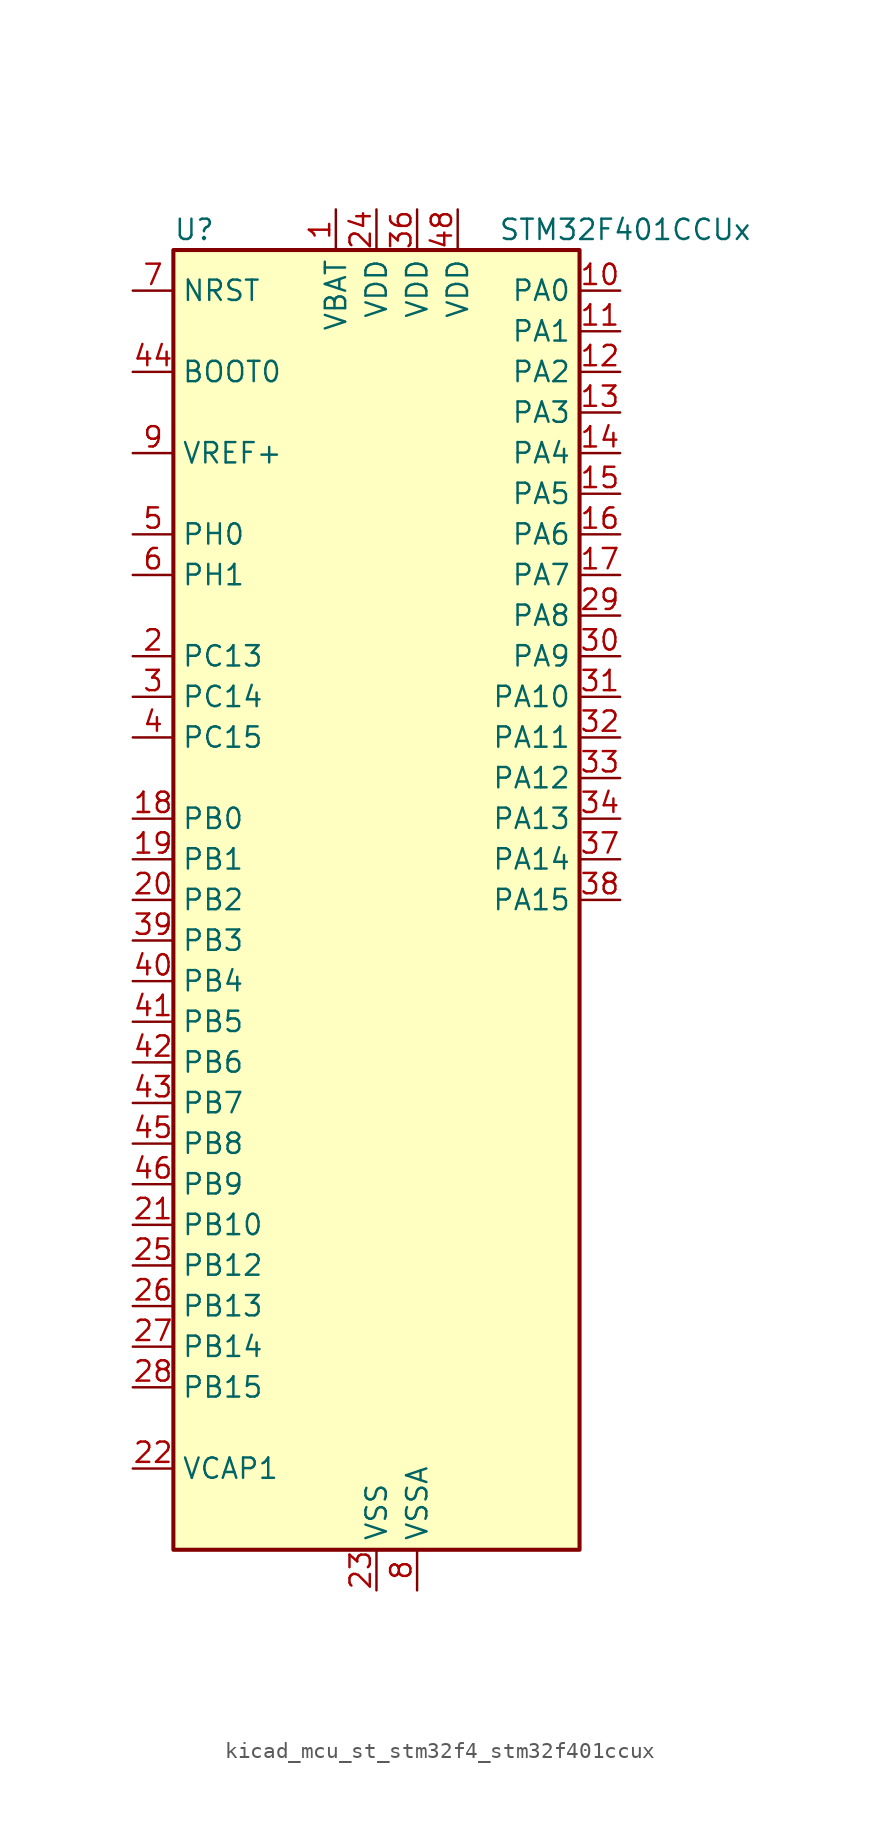
<source format=kicad_sym>
(kicad_symbol_lib
  (version 20220914)
  (generator kicad_symbol_editor)
  (symbol "kicad_mcu_st_stm32f4_stm32f401ccux"
    (property "Reference" "U"
      (at -12.7 41.91 0)
      (effects (font (size 1.27 1.27)) (justify left)))
    (property "Value" "STM32F401CCUx"
      (at 7.62 41.91 0)
      (effects (font (size 1.27 1.27)) (justify left)))
    (property "ki_locked" ""
      (at 0 0 0)
      (effects (font (size 1.27 1.27))))
    (symbol "kicad_mcu_st_stm32f4_stm32f401ccux_0_1"
      (rectangle (start -12.7 -40.64) (end 12.7 40.64) (stroke (width 0.254) (type default)) (fill (type background))))
    (symbol "kicad_mcu_st_stm32f4_stm32f401ccux_1_1"
      (pin power_in line (at -2.54 43.18 270) (length 2.54) (name "VBAT" (effects (font (size 1.27 1.27)))) (number "1" (effects (font (size 1.27 1.27)))))
      (pin bidirectional line (at 15.24 38.1 180) (length 2.54) (name "PA0" (effects (font (size 1.27 1.27)))) (number "10" (effects (font (size 1.27 1.27)))) (alternate "ADC1_IN0" bidirectional line) (alternate "SYS_WKUP" bidirectional line) (alternate "TIM2_CH1" bidirectional line) (alternate "TIM2_ETR" bidirectional line) (alternate "TIM5_CH1" bidirectional line) (alternate "USART2_CTS" bidirectional line))
      (pin bidirectional line (at 15.24 35.56 180) (length 2.54) (name "PA1" (effects (font (size 1.27 1.27)))) (number "11" (effects (font (size 1.27 1.27)))) (alternate "ADC1_IN1" bidirectional line) (alternate "TIM2_CH2" bidirectional line) (alternate "TIM5_CH2" bidirectional line) (alternate "USART2_RTS" bidirectional line))
      (pin bidirectional line (at 15.24 33.02 180) (length 2.54) (name "PA2" (effects (font (size 1.27 1.27)))) (number "12" (effects (font (size 1.27 1.27)))) (alternate "ADC1_IN2" bidirectional line) (alternate "TIM2_CH3" bidirectional line) (alternate "TIM5_CH3" bidirectional line) (alternate "TIM9_CH1" bidirectional line) (alternate "USART2_TX" bidirectional line))
      (pin bidirectional line (at 15.24 30.48 180) (length 2.54) (name "PA3" (effects (font (size 1.27 1.27)))) (number "13" (effects (font (size 1.27 1.27)))) (alternate "ADC1_IN3" bidirectional line) (alternate "TIM2_CH4" bidirectional line) (alternate "TIM5_CH4" bidirectional line) (alternate "TIM9_CH2" bidirectional line) (alternate "USART2_RX" bidirectional line))
      (pin bidirectional line (at 15.24 27.94 180) (length 2.54) (name "PA4" (effects (font (size 1.27 1.27)))) (number "14" (effects (font (size 1.27 1.27)))) (alternate "ADC1_IN4" bidirectional line) (alternate "I2S3_WS" bidirectional line) (alternate "SPI1_NSS" bidirectional line) (alternate "SPI3_NSS" bidirectional line) (alternate "USART2_CK" bidirectional line))
      (pin bidirectional line (at 15.24 25.4 180) (length 2.54) (name "PA5" (effects (font (size 1.27 1.27)))) (number "15" (effects (font (size 1.27 1.27)))) (alternate "ADC1_IN5" bidirectional line) (alternate "SPI1_SCK" bidirectional line) (alternate "TIM2_CH1" bidirectional line) (alternate "TIM2_ETR" bidirectional line))
      (pin bidirectional line (at 15.24 22.86 180) (length 2.54) (name "PA6" (effects (font (size 1.27 1.27)))) (number "16" (effects (font (size 1.27 1.27)))) (alternate "ADC1_IN6" bidirectional line) (alternate "SPI1_MISO" bidirectional line) (alternate "TIM1_BKIN" bidirectional line) (alternate "TIM3_CH1" bidirectional line))
      (pin bidirectional line (at 15.24 20.32 180) (length 2.54) (name "PA7" (effects (font (size 1.27 1.27)))) (number "17" (effects (font (size 1.27 1.27)))) (alternate "ADC1_IN7" bidirectional line) (alternate "SPI1_MOSI" bidirectional line) (alternate "TIM1_CH1N" bidirectional line) (alternate "TIM3_CH2" bidirectional line))
      (pin bidirectional line (at -15.24 5.08 0) (length 2.54) (name "PB0" (effects (font (size 1.27 1.27)))) (number "18" (effects (font (size 1.27 1.27)))) (alternate "ADC1_IN8" bidirectional line) (alternate "TIM1_CH2N" bidirectional line) (alternate "TIM3_CH3" bidirectional line))
      (pin bidirectional line (at -15.24 2.54 0) (length 2.54) (name "PB1" (effects (font (size 1.27 1.27)))) (number "19" (effects (font (size 1.27 1.27)))) (alternate "ADC1_IN9" bidirectional line) (alternate "TIM1_CH3N" bidirectional line) (alternate "TIM3_CH4" bidirectional line))
      (pin bidirectional line (at -15.24 15.24 0) (length 2.54) (name "PC13" (effects (font (size 1.27 1.27)))) (number "2" (effects (font (size 1.27 1.27)))) (alternate "RTC_AF1" bidirectional line))
      (pin bidirectional line (at -15.24 0 0) (length 2.54) (name "PB2" (effects (font (size 1.27 1.27)))) (number "20" (effects (font (size 1.27 1.27)))))
      (pin bidirectional line (at -15.24 -20.32 0) (length 2.54) (name "PB10" (effects (font (size 1.27 1.27)))) (number "21" (effects (font (size 1.27 1.27)))) (alternate "I2C2_SCL" bidirectional line) (alternate "I2S2_CK" bidirectional line) (alternate "SPI2_SCK" bidirectional line) (alternate "TIM2_CH3" bidirectional line))
      (pin power_out line (at -15.24 -35.56 0) (length 2.54) (name "VCAP1" (effects (font (size 1.27 1.27)))) (number "22" (effects (font (size 1.27 1.27)))))
      (pin power_in line (at 0 -43.18 90) (length 2.54) (name "VSS" (effects (font (size 1.27 1.27)))) (number "23" (effects (font (size 1.27 1.27)))))
      (pin power_in line (at 0 43.18 270) (length 2.54) (name "VDD" (effects (font (size 1.27 1.27)))) (number "24" (effects (font (size 1.27 1.27)))))
      (pin bidirectional line (at -15.24 -22.86 0) (length 2.54) (name "PB12" (effects (font (size 1.27 1.27)))) (number "25" (effects (font (size 1.27 1.27)))) (alternate "I2C2_SMBA" bidirectional line) (alternate "I2S2_WS" bidirectional line) (alternate "SPI2_NSS" bidirectional line) (alternate "TIM1_BKIN" bidirectional line))
      (pin bidirectional line (at -15.24 -25.4 0) (length 2.54) (name "PB13" (effects (font (size 1.27 1.27)))) (number "26" (effects (font (size 1.27 1.27)))) (alternate "I2S2_CK" bidirectional line) (alternate "SPI2_SCK" bidirectional line) (alternate "TIM1_CH1N" bidirectional line))
      (pin bidirectional line (at -15.24 -27.94 0) (length 2.54) (name "PB14" (effects (font (size 1.27 1.27)))) (number "27" (effects (font (size 1.27 1.27)))) (alternate "I2S2_ext_SD" bidirectional line) (alternate "SPI2_MISO" bidirectional line) (alternate "TIM1_CH2N" bidirectional line))
      (pin bidirectional line (at -15.24 -30.48 0) (length 2.54) (name "PB15" (effects (font (size 1.27 1.27)))) (number "28" (effects (font (size 1.27 1.27)))) (alternate "ADC1_EXTI15" bidirectional line) (alternate "I2S2_SD" bidirectional line) (alternate "RTC_REFIN" bidirectional line) (alternate "SPI2_MOSI" bidirectional line) (alternate "TIM1_CH3N" bidirectional line))
      (pin bidirectional line (at 15.24 17.78 180) (length 2.54) (name "PA8" (effects (font (size 1.27 1.27)))) (number "29" (effects (font (size 1.27 1.27)))) (alternate "I2C3_SCL" bidirectional line) (alternate "RCC_MCO_1" bidirectional line) (alternate "TIM1_CH1" bidirectional line) (alternate "USART1_CK" bidirectional line) (alternate "USB_OTG_FS_SOF" bidirectional line))
      (pin bidirectional line (at -15.24 12.7 0) (length 2.54) (name "PC14" (effects (font (size 1.27 1.27)))) (number "3" (effects (font (size 1.27 1.27)))) (alternate "RCC_OSC32_IN" bidirectional line))
      (pin bidirectional line (at 15.24 15.24 180) (length 2.54) (name "PA9" (effects (font (size 1.27 1.27)))) (number "30" (effects (font (size 1.27 1.27)))) (alternate "I2C3_SMBA" bidirectional line) (alternate "TIM1_CH2" bidirectional line) (alternate "USART1_TX" bidirectional line) (alternate "USB_OTG_FS_VBUS" bidirectional line))
      (pin bidirectional line (at 15.24 12.7 180) (length 2.54) (name "PA10" (effects (font (size 1.27 1.27)))) (number "31" (effects (font (size 1.27 1.27)))) (alternate "TIM1_CH3" bidirectional line) (alternate "USART1_RX" bidirectional line) (alternate "USB_OTG_FS_ID" bidirectional line))
      (pin bidirectional line (at 15.24 10.16 180) (length 2.54) (name "PA11" (effects (font (size 1.27 1.27)))) (number "32" (effects (font (size 1.27 1.27)))) (alternate "ADC1_EXTI11" bidirectional line) (alternate "TIM1_CH4" bidirectional line) (alternate "USART1_CTS" bidirectional line) (alternate "USART6_TX" bidirectional line) (alternate "USB_OTG_FS_DM" bidirectional line))
      (pin bidirectional line (at 15.24 7.62 180) (length 2.54) (name "PA12" (effects (font (size 1.27 1.27)))) (number "33" (effects (font (size 1.27 1.27)))) (alternate "TIM1_ETR" bidirectional line) (alternate "USART1_RTS" bidirectional line) (alternate "USART6_RX" bidirectional line) (alternate "USB_OTG_FS_DP" bidirectional line))
      (pin bidirectional line (at 15.24 5.08 180) (length 2.54) (name "PA13" (effects (font (size 1.27 1.27)))) (number "34" (effects (font (size 1.27 1.27)))) (alternate "SYS_JTMS-SWDIO" bidirectional line))
      (pin passive line (at 0 -43.18 90) (length 2.54) hide (name "VSS" (effects (font (size 1.27 1.27)))) (number "35" (effects (font (size 1.27 1.27)))))
      (pin power_in line (at 2.54 43.18 270) (length 2.54) (name "VDD" (effects (font (size 1.27 1.27)))) (number "36" (effects (font (size 1.27 1.27)))))
      (pin bidirectional line (at 15.24 2.54 180) (length 2.54) (name "PA14" (effects (font (size 1.27 1.27)))) (number "37" (effects (font (size 1.27 1.27)))) (alternate "SYS_JTCK-SWCLK" bidirectional line))
      (pin bidirectional line (at 15.24 0 180) (length 2.54) (name "PA15" (effects (font (size 1.27 1.27)))) (number "38" (effects (font (size 1.27 1.27)))) (alternate "ADC1_EXTI15" bidirectional line) (alternate "I2S3_WS" bidirectional line) (alternate "SPI1_NSS" bidirectional line) (alternate "SPI3_NSS" bidirectional line) (alternate "SYS_JTDI" bidirectional line) (alternate "TIM2_CH1" bidirectional line) (alternate "TIM2_ETR" bidirectional line))
      (pin bidirectional line (at -15.24 -2.54 0) (length 2.54) (name "PB3" (effects (font (size 1.27 1.27)))) (number "39" (effects (font (size 1.27 1.27)))) (alternate "I2C2_SDA" bidirectional line) (alternate "I2S3_CK" bidirectional line) (alternate "SPI1_SCK" bidirectional line) (alternate "SPI3_SCK" bidirectional line) (alternate "SYS_JTDO-SWO" bidirectional line) (alternate "TIM2_CH2" bidirectional line))
      (pin bidirectional line (at -15.24 10.16 0) (length 2.54) (name "PC15" (effects (font (size 1.27 1.27)))) (number "4" (effects (font (size 1.27 1.27)))) (alternate "ADC1_EXTI15" bidirectional line) (alternate "RCC_OSC32_OUT" bidirectional line))
      (pin bidirectional line (at -15.24 -5.08 0) (length 2.54) (name "PB4" (effects (font (size 1.27 1.27)))) (number "40" (effects (font (size 1.27 1.27)))) (alternate "I2C3_SDA" bidirectional line) (alternate "I2S3_ext_SD" bidirectional line) (alternate "SPI1_MISO" bidirectional line) (alternate "SPI3_MISO" bidirectional line) (alternate "SYS_JTRST" bidirectional line) (alternate "TIM3_CH1" bidirectional line))
      (pin bidirectional line (at -15.24 -7.62 0) (length 2.54) (name "PB5" (effects (font (size 1.27 1.27)))) (number "41" (effects (font (size 1.27 1.27)))) (alternate "I2C1_SMBA" bidirectional line) (alternate "I2S3_SD" bidirectional line) (alternate "SPI1_MOSI" bidirectional line) (alternate "SPI3_MOSI" bidirectional line) (alternate "TIM3_CH2" bidirectional line))
      (pin bidirectional line (at -15.24 -10.16 0) (length 2.54) (name "PB6" (effects (font (size 1.27 1.27)))) (number "42" (effects (font (size 1.27 1.27)))) (alternate "I2C1_SCL" bidirectional line) (alternate "TIM4_CH1" bidirectional line) (alternate "USART1_TX" bidirectional line))
      (pin bidirectional line (at -15.24 -12.7 0) (length 2.54) (name "PB7" (effects (font (size 1.27 1.27)))) (number "43" (effects (font (size 1.27 1.27)))) (alternate "I2C1_SDA" bidirectional line) (alternate "TIM4_CH2" bidirectional line) (alternate "USART1_RX" bidirectional line))
      (pin input line (at -15.24 33.02 0) (length 2.54) (name "BOOT0" (effects (font (size 1.27 1.27)))) (number "44" (effects (font (size 1.27 1.27)))))
      (pin bidirectional line (at -15.24 -15.24 0) (length 2.54) (name "PB8" (effects (font (size 1.27 1.27)))) (number "45" (effects (font (size 1.27 1.27)))) (alternate "I2C1_SCL" bidirectional line) (alternate "TIM10_CH1" bidirectional line) (alternate "TIM4_CH3" bidirectional line))
      (pin bidirectional line (at -15.24 -17.78 0) (length 2.54) (name "PB9" (effects (font (size 1.27 1.27)))) (number "46" (effects (font (size 1.27 1.27)))) (alternate "I2C1_SDA" bidirectional line) (alternate "I2S2_WS" bidirectional line) (alternate "SPI2_NSS" bidirectional line) (alternate "TIM11_CH1" bidirectional line) (alternate "TIM4_CH4" bidirectional line))
      (pin passive line (at 0 -43.18 90) (length 2.54) hide (name "VSS" (effects (font (size 1.27 1.27)))) (number "47" (effects (font (size 1.27 1.27)))))
      (pin power_in line (at 5.08 43.18 270) (length 2.54) (name "VDD" (effects (font (size 1.27 1.27)))) (number "48" (effects (font (size 1.27 1.27)))))
      (pin passive line (at 0 -43.18 90) (length 2.54) hide (name "VSS" (effects (font (size 1.27 1.27)))) (number "49" (effects (font (size 1.27 1.27)))))
      (pin bidirectional line (at -15.24 22.86 0) (length 2.54) (name "PH0" (effects (font (size 1.27 1.27)))) (number "5" (effects (font (size 1.27 1.27)))) (alternate "RCC_OSC_IN" bidirectional line))
      (pin bidirectional line (at -15.24 20.32 0) (length 2.54) (name "PH1" (effects (font (size 1.27 1.27)))) (number "6" (effects (font (size 1.27 1.27)))) (alternate "RCC_OSC_OUT" bidirectional line))
      (pin input line (at -15.24 38.1 0) (length 2.54) (name "NRST" (effects (font (size 1.27 1.27)))) (number "7" (effects (font (size 1.27 1.27)))))
      (pin power_in line (at 2.54 -43.18 90) (length 2.54) (name "VSSA" (effects (font (size 1.27 1.27)))) (number "8" (effects (font (size 1.27 1.27)))))
      (pin input line (at -15.24 27.94 0) (length 2.54) (name "VREF+" (effects (font (size 1.27 1.27)))) (number "9" (effects (font (size 1.27 1.27))))))))
</source>
